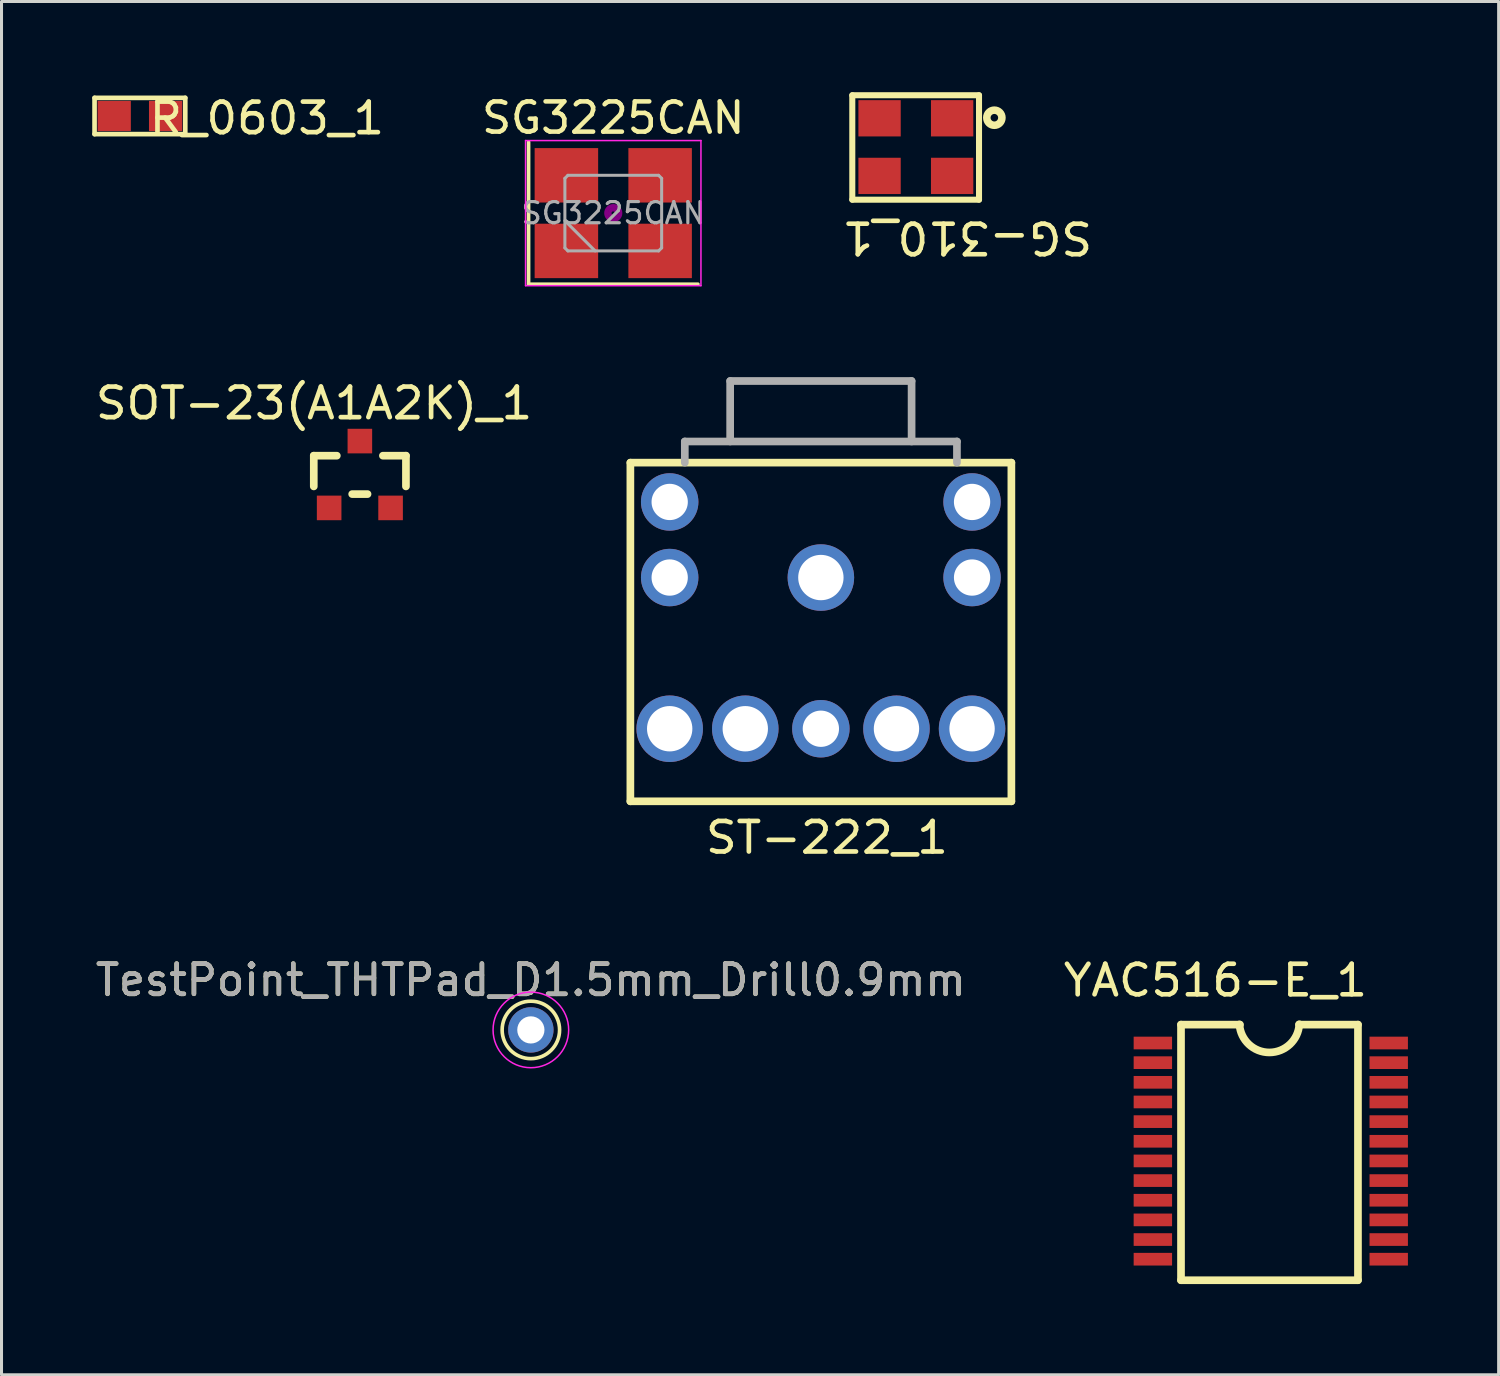
<source format=kicad_pcb>
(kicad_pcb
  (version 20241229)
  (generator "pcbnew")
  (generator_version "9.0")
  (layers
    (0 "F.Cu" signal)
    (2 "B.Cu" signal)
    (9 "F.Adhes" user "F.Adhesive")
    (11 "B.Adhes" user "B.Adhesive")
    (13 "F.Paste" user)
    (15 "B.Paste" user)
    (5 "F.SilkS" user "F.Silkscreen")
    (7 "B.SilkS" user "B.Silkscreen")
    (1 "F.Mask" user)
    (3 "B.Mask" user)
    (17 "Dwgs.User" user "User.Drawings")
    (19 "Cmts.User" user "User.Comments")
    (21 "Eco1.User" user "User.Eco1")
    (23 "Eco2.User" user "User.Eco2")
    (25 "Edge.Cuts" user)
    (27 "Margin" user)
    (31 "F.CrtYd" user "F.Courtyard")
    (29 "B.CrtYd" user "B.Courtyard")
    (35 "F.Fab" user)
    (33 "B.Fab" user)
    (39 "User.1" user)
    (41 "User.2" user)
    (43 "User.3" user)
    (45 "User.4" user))
  (footprint "SG3225CAN"
    (layer "F.Cu")
    (at 17.231 3.998)
    (property "Reference" "SG3225CAN" (at 0 -3.15 0) (layer "F.SilkS") (effects (font (size 1 1) (thickness 0.15))))
    (attr smd)
    (fp_line (start -2.8 -2.35) (end -2.8 2.35) (stroke (width 0.12) (type solid)) (layer "F.SilkS"))
    (fp_line (start -2.8 2.35) (end 2.8 2.35) (stroke (width 0.12) (type solid)) (layer "F.SilkS"))
    (fp_circle (center 0 0) (end 0.058 0) (stroke (width 0.117) (type solid)) (fill no) (layer "F.Adhes"))
    (fp_circle (center 0 0) (end 0.133 0) (stroke (width 0.083) (type solid)) (fill no) (layer "F.Adhes"))
    (fp_circle (center 0 0) (end 0.208 0) (stroke (width 0.083) (type solid)) (fill no) (layer "F.Adhes"))
    (fp_circle (center 0 0) (end 0.25 0) (stroke (width 0.1) (type solid)) (fill no) (layer "F.Adhes"))
    (fp_line (start -2.9 -2.4) (end -2.9 2.4) (stroke (width 0.05) (type solid)) (layer "F.CrtYd"))
    (fp_line (start -2.9 2.4) (end 2.9 2.4) (stroke (width 0.05) (type solid)) (layer "F.CrtYd"))
    (fp_line (start 2.9 -2.4) (end -2.9 -2.4) (stroke (width 0.05) (type solid)) (layer "F.CrtYd"))
    (fp_line (start 2.9 2.4) (end 2.9 -2.4) (stroke (width 0.05) (type solid)) (layer "F.CrtYd"))
    (fp_line (start -1.6 -1.15) (end -1.5 -1.25) (stroke (width 0.1) (type solid)) (layer "F.Fab"))
    (fp_line (start -1.6 0.25) (end -0.6 1.25) (stroke (width 0.1) (type solid)) (layer "F.Fab"))
    (fp_line (start -1.6 1.15) (end -1.6 -1.15) (stroke (width 0.1) (type solid)) (layer "F.Fab"))
    (fp_line (start -1.5 -1.25) (end 1.5 -1.25) (stroke (width 0.1) (type solid)) (layer "F.Fab"))
    (fp_line (start -1.5 1.25) (end -1.6 1.15) (stroke (width 0.1) (type solid)) (layer "F.Fab"))
    (fp_line (start 1.5 -1.25) (end 1.6 -1.15) (stroke (width 0.1) (type solid)) (layer "F.Fab"))
    (fp_line (start 1.5 1.25) (end -1.5 1.25) (stroke (width 0.1) (type solid)) (layer "F.Fab"))
    (fp_line (start 1.6 -1.15) (end 1.6 1.15) (stroke (width 0.1) (type solid)) (layer "F.Fab"))
    (fp_line (start 1.6 1.15) (end 1.5 1.25) (stroke (width 0.1) (type solid)) (layer "F.Fab"))
    (fp_text user "${REFERENCE}" (at 0 0 0) (layer "F.Fab") (effects (font (size 0.7 0.7) (thickness 0.105))))
    (pad "1" smd rect (at -1.55 1.25) (size 2.1 1.8) (layers "F.Cu" "F.Mask" "F.Paste"))
    (pad "2" smd rect (at 1.55 1.25) (size 2.1 1.8) (layers "F.Cu" "F.Mask" "F.Paste"))
    (pad "3" smd rect (at 1.55 -1.25) (size 2.1 1.8) (layers "F.Cu" "F.Mask" "F.Paste"))
    (pad "4" smd rect (at -1.55 -1.25) (size 2.1 1.8) (layers "F.Cu" "F.Mask" "F.Paste")))
  (footprint "R_0603_1"
    (layer "F.Cu")
    (at 1.577 0.786)
    (property "Reference" "R_0603_1" (at 4.2 0.075 0) (unlocked yes) (layer "F.SilkS") (effects (font (size 1.01 1.063) (thickness 0.154))))
    (fp_line (start -1.5 -0.6) (end 1.5 -0.6) (stroke (width 0.154) (type solid)) (layer "F.SilkS"))
    (fp_line (start -1.5 0.6) (end -1.5 -0.6) (stroke (width 0.154) (type solid)) (layer "F.SilkS"))
    (fp_line (start -1.5 0.6) (end 1.5 0.6) (stroke (width 0.154) (type solid)) (layer "F.SilkS"))
    (fp_line (start 1.5 0.6) (end 1.5 -0.6) (stroke (width 0.154) (type solid)) (layer "F.SilkS"))
    (pad "1" smd rect (at 0.85 0) (size 1.1 1) (layers "F.Cu" "F.Mask" "F.Paste"))
    (pad "2" smd rect (at -0.85 0) (size 1.1 1) (layers "F.Cu" "F.Mask" "F.Paste")))
  (footprint "SOT-23(A1A2K)_1"
    (layer "F.Cu")
    (at 7.835 13.747)
    (property "Reference" "SOT-23(A1A2K)_1" (at -0.5 -3.462 0) (unlocked yes) (layer "F.SilkS") (effects (font (size 1.01 1.063) (thickness 0.154))))
    (fp_line (start -0.508 -1.727) (end 0.254 -1.727) (stroke (width 0.254) (type solid)) (layer "F.SilkS"))
    (fp_line (start -0.508 -0.711) (end -0.508 -1.727) (stroke (width 0.254) (type solid)) (layer "F.SilkS"))
    (fp_line (start 0.762 -0.457) (end 1.27 -0.457) (stroke (width 0.254) (type solid)) (layer "F.SilkS"))
    (fp_line (start 1.778 -1.727) (end 2.54 -1.727) (stroke (width 0.254) (type solid)) (layer "F.SilkS"))
    (fp_line (start 2.54 -0.711) (end 2.54 -1.727) (stroke (width 0.254) (type solid)) (layer "F.SilkS"))
    (pad "A1" smd rect (at 0 0) (size 0.813 0.813) (layers "F.Cu" "F.Mask" "F.Paste"))
    (pad "A2" smd rect (at 2.032 0) (size 0.813 0.813) (layers "F.Cu" "F.Mask" "F.Paste"))
    (pad "K" smd rect (at 1.016 -2.21) (size 0.813 0.813) (layers "F.Cu" "F.Mask" "F.Paste")))
  (footprint "SG-310_1"
    (layer "F.Cu")
    (at 28.438 0.862)
    (property "Reference" "SG-310_1" (at 0.5 3.945 180) (unlocked yes) (layer "F.SilkS") (effects (font (size 1.01 1.063) (thickness 0.154))))
    (fp_line (start -3.302 -0.762) (end -3.302 2.692) (stroke (width 0.2) (type solid)) (layer "F.SilkS"))
    (fp_line (start -3.302 -0.762) (end 0.889 -0.762) (stroke (width 0.2) (type solid)) (layer "F.SilkS"))
    (fp_line (start 0.889 -0.762) (end 0.889 2.692) (stroke (width 0.2) (type solid)) (layer "F.SilkS"))
    (fp_line (start 0.889 2.692) (end -3.302 2.692) (stroke (width 0.2) (type solid)) (layer "F.SilkS"))
    (fp_arc (start 1.27112 -0.0191) (mid 1.5211 -0.0191) (end 1.27112 -0.0191) (stroke (width 0.24999) (type solid)) (layer "F.SilkS"))
    (pad "1" smd rect (at 0 0 180) (size 1.4 1.2) (layers "F.Cu" "F.Mask" "F.Paste"))
    (pad "2" smd rect (at -2.4 0 180) (size 1.4 1.2) (layers "F.Cu" "F.Mask" "F.Paste"))
    (pad "3" smd rect (at -2.4 1.905 180) (size 1.4 1.2) (layers "F.Cu" "F.Mask" "F.Paste"))
    (pad "4" smd rect (at 0 1.905 180) (size 1.4 1.2) (layers "F.Cu" "F.Mask" "F.Paste")))
  (footprint "TestPoint_THTPad_D1.5mm_Drill0.9mm"
    (layer "F.Cu")
    (at 14.506 31.01)
    (property "Reference" "TestPoint_THTPad_D1.5mm_Drill0.9mm" (at 0 -1.648 0) (layer "F.SilkS") (effects (font (size 1 1) (thickness 0.15))))
    (attr exclude_from_pos_files exclude_from_bom)
    (fp_circle (center 0 0) (end 0 0.95) (stroke (width 0.12) (type solid)) (fill no) (layer "F.SilkS"))
    (fp_circle (center 0 0) (end 1.25 0) (stroke (width 0.05) (type solid)) (fill no) (layer "F.CrtYd"))
    (fp_text user "${REFERENCE}" (at 0 -1.65 0) (layer "F.Fab") (effects (font (size 1 1) (thickness 0.15))))
    (pad "1" thru_hole circle (at 0 0) (size 1.5 1.5) (drill 0.9) (layers "*.Cu" "*.Mask")))
  (footprint "ST-222_1"
    (layer "F.Cu")
    (at 24.097 16.05)
    (property "Reference" "ST-222_1" (at 0.2 8.6 0) (unlocked yes) (layer "F.SilkS") (effects (font (size 1.01 1.063) (thickness 0.154))))
    (fp_line (start -6.3 -3.8) (end -6.3 7.4) (stroke (width 0.254) (type solid)) (layer "F.SilkS"))
    (fp_line (start -6.3 -3.8) (end 6.3 -3.8) (stroke (width 0.254) (type solid)) (layer "F.SilkS"))
    (fp_line (start 6.3 -3.8) (end 6.3 7.4) (stroke (width 0.254) (type solid)) (layer "F.SilkS"))
    (fp_line (start 6.3 7.4) (end -6.3 7.4) (stroke (width 0.254) (type solid)) (layer "F.SilkS"))
    (fp_line (start -4.5 -4.5) (end -4.5 -3.8) (stroke (width 0.254) (type solid)) (layer "F.Fab"))
    (fp_line (start -4.5 -4.5) (end 4.5 -4.5) (stroke (width 0.254) (type solid)) (layer "F.Fab"))
    (fp_line (start -3 -6.5) (end -3 -4.5) (stroke (width 0.254) (type solid)) (layer "F.Fab"))
    (fp_line (start -3 -6.5) (end 3 -6.5) (stroke (width 0.254) (type solid)) (layer "F.Fab"))
    (fp_line (start 3 -6.5) (end 3 -4.5) (stroke (width 0.254) (type solid)) (layer "F.Fab"))
    (fp_line (start 4.5 -4.5) (end 4.5 -3.8) (stroke (width 0.254) (type solid)) (layer "F.Fab"))
    (pad "1" thru_hole circle (at 0 0 180) (size 2.2 2.2) (drill 1.5) (layers "*.Cu" "*.Mask"))
    (pad "2" thru_hole circle (at -5 5 180) (size 2.2 2.2) (drill 1.5) (layers "*.Cu" "*.Mask"))
    (pad "3" thru_hole circle (at -2.5 5 180) (size 2.2 2.2) (drill 1.5) (layers "*.Cu" "*.Mask"))
    (pad "4" thru_hole circle (at 2.5 5 180) (size 2.2 2.2) (drill 1.5) (layers "*.Cu" "*.Mask"))
    (pad "5" thru_hole circle (at 5 5 180) (size 2.2 2.2) (drill 1.5) (layers "*.Cu" "*.Mask"))
    (pad "M" thru_hole circle (at -5 -2.5 180) (size 1.9 1.9) (drill 1.2) (layers "*.Cu" "*.Mask"))
    (pad "M" thru_hole circle (at -5 0 180) (size 1.9 1.9) (drill 1.2) (layers "*.Cu" "*.Mask"))
    (pad "M" thru_hole circle (at 0 5 180) (size 1.9 1.9) (drill 1.2) (layers "*.Cu" "*.Mask"))
    (pad "M" thru_hole circle (at 5 -2.5 180) (size 1.9 1.9) (drill 1.2) (layers "*.Cu" "*.Mask"))
    (pad "M" thru_hole circle (at 5 0 180) (size 1.9 1.9) (drill 1.2) (layers "*.Cu" "*.Mask")))
  (footprint "YAC516-E_1"
    (layer "F.Cu")
    (at 35.076 31.443)
    (property "Reference" "YAC516-E_1" (at 2.07 -2.07 0) (unlocked yes) (layer "F.SilkS") (effects (font (size 1.01 1.063) (thickness 0.154))))
    (fp_line (start 0.931 -0.608) (end 2.882 -0.608) (stroke (width 0.254) (type solid)) (layer "F.SilkS"))
    (fp_line (start 0.931 7.845) (end 0.931 -0.608) (stroke (width 0.254) (type solid)) (layer "F.SilkS"))
    (fp_line (start 4.832 -0.608) (end 6.783 -0.608) (stroke (width 0.254) (type solid)) (layer "F.SilkS"))
    (fp_line (start 6.783 -0.608) (end 6.783 7.845) (stroke (width 0.254) (type solid)) (layer "F.SilkS"))
    (fp_line (start 6.783 7.845) (end 0.931 7.845) (stroke (width 0.254) (type solid)) (layer "F.SilkS"))
    (fp_arc (start 4.842971 -0.619891) (mid 3.855586 0.311388) (end 2.86334 -0.61471) (stroke (width 0.254) (type solid)) (layer "F.SilkS"))
    (pad "1" smd rect (at 0 0) (size 1.27 0.419) (layers "F.Cu" "F.Mask" "F.Paste"))
    (pad "2" smd rect (at 0 0.65) (size 1.27 0.419) (layers "F.Cu" "F.Mask" "F.Paste"))
    (pad "3" smd rect (at 0 1.3) (size 1.27 0.419) (layers "F.Cu" "F.Mask" "F.Paste"))
    (pad "4" smd rect (at 0 1.95) (size 1.27 0.419) (layers "F.Cu" "F.Mask" "F.Paste"))
    (pad "5" smd rect (at 0 2.6) (size 1.27 0.419) (layers "F.Cu" "F.Mask" "F.Paste"))
    (pad "6" smd rect (at 0 3.25) (size 1.27 0.419) (layers "F.Cu" "F.Mask" "F.Paste"))
    (pad "7" smd rect (at 0 3.9) (size 1.27 0.419) (layers "F.Cu" "F.Mask" "F.Paste"))
    (pad "8" smd rect (at 0 4.55) (size 1.27 0.419) (layers "F.Cu" "F.Mask" "F.Paste"))
    (pad "9" smd rect (at 0 5.2) (size 1.27 0.419) (layers "F.Cu" "F.Mask" "F.Paste"))
    (pad "10" smd rect (at 0 5.85) (size 1.27 0.419) (layers "F.Cu" "F.Mask" "F.Paste"))
    (pad "11" smd rect (at 0 6.5) (size 1.27 0.419) (layers "F.Cu" "F.Mask" "F.Paste"))
    (pad "12" smd rect (at 0 7.15) (size 1.27 0.419) (layers "F.Cu" "F.Mask" "F.Paste"))
    (pad "13" smd rect (at 7.8 7.15) (size 1.27 0.419) (layers "F.Cu" "F.Mask" "F.Paste"))
    (pad "14" smd rect (at 7.8 6.5) (size 1.27 0.419) (layers "F.Cu" "F.Mask" "F.Paste"))
    (pad "15" smd rect (at 7.8 5.85) (size 1.27 0.419) (layers "F.Cu" "F.Mask" "F.Paste"))
    (pad "16" smd rect (at 7.8 5.2) (size 1.27 0.419) (layers "F.Cu" "F.Mask" "F.Paste"))
    (pad "17" smd rect (at 7.8 4.55) (size 1.27 0.419) (layers "F.Cu" "F.Mask" "F.Paste"))
    (pad "18" smd rect (at 7.8 3.9) (size 1.27 0.419) (layers "F.Cu" "F.Mask" "F.Paste"))
    (pad "19" smd rect (at 7.8 3.25) (size 1.27 0.419) (layers "F.Cu" "F.Mask" "F.Paste"))
    (pad "20" smd rect (at 7.8 2.6) (size 1.27 0.419) (layers "F.Cu" "F.Mask" "F.Paste"))
    (pad "21" smd rect (at 7.8 1.95) (size 1.27 0.419) (layers "F.Cu" "F.Mask" "F.Paste"))
    (pad "22" smd rect (at 7.8 1.3) (size 1.27 0.419) (layers "F.Cu" "F.Mask" "F.Paste"))
    (pad "23" smd rect (at 7.8 0.65) (size 1.27 0.419) (layers "F.Cu" "F.Mask" "F.Paste"))
    (pad "24" smd rect (at 7.8 0) (size 1.27 0.419) (layers "F.Cu" "F.Mask" "F.Paste")))
  (gr_rect
    (start -3 -3)
    (end 46.511 42.415)
    (stroke (width 0.1) (type default))
    (fill no)
    (layer "Edge.Cuts")))
</source>
